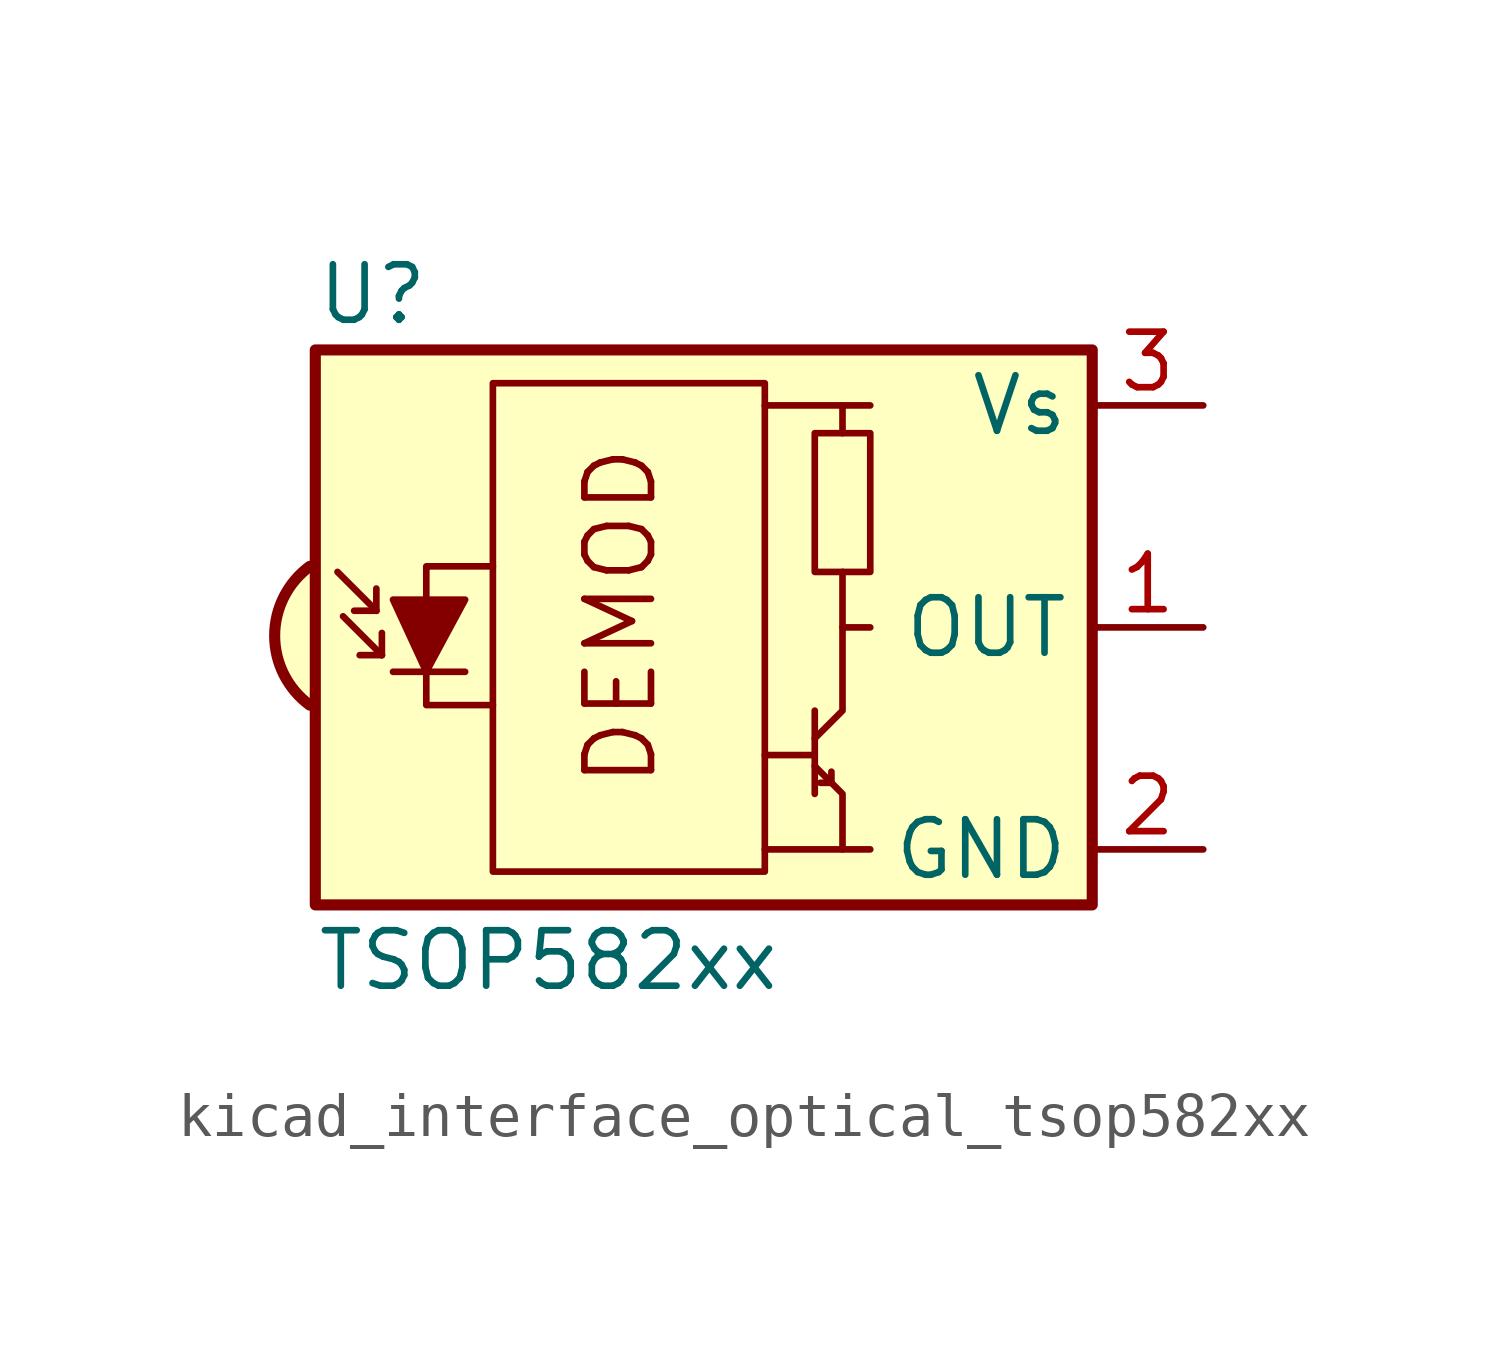
<source format=kicad_sym>
(kicad_symbol_lib
  (version 20220914)
  (generator kicad_symbol_editor)
  (symbol "kicad_interface_optical_tsop582xx"
    (property "Reference" "U"
      (at -10.16 7.62 0)
      (effects (font (size 1.27 1.27)) (justify left)))
    (property "Value" "TSOP582xx"
      (at -10.16 -7.62 0)
      (effects (font (size 1.27 1.27)) (justify left)))
    (symbol "kicad_interface_optical_tsop582xx_0_0"
      (arc (start -10.287 1.397) (mid -11.0899 -0.1852) (end -10.287 -1.778) (stroke (width 0.254) (type default)) (fill (type background)))
      (polyline (pts (xy 1.905 -5.08) (xy 0.127 -5.08)) (stroke (width 0) (type default)) (fill (type none)))
      (polyline (pts (xy 1.905 5.08) (xy 0.127 5.08)) (stroke (width 0) (type default)) (fill (type none)))
      (text "DEMOD" (at -3.175 0.254 900) (effects (font (size 1.524 1.524)))))
    (symbol "kicad_interface_optical_tsop582xx_0_1"
      (rectangle (start -6.096 5.588) (end 0.127 -5.588) (stroke (width 0) (type default)) (fill (type none)))
      (polyline (pts (xy -8.763 0.381) (xy -9.652 1.27)) (stroke (width 0) (type default)) (fill (type none)))
      (polyline (pts (xy -8.763 0.381) (xy -9.271 0.381)) (stroke (width 0) (type default)) (fill (type none)))
      (polyline (pts (xy -8.763 0.381) (xy -8.763 0.889)) (stroke (width 0) (type default)) (fill (type none)))
      (polyline (pts (xy -8.636 -0.635) (xy -9.525 0.254)) (stroke (width 0) (type default)) (fill (type none)))
      (polyline (pts (xy -8.636 -0.635) (xy -9.144 -0.635)) (stroke (width 0) (type default)) (fill (type none)))
      (polyline (pts (xy -8.636 -0.635) (xy -8.636 -0.127)) (stroke (width 0) (type default)) (fill (type none)))
      (polyline (pts (xy -8.382 -1.016) (xy -6.731 -1.016)) (stroke (width 0) (type default)) (fill (type none)))
      (polyline (pts (xy 1.27 -2.921) (xy 0.127 -2.921)) (stroke (width 0) (type default)) (fill (type none)))
      (polyline (pts (xy 1.27 -1.905) (xy 1.27 -3.81)) (stroke (width 0) (type default)) (fill (type none)))
      (polyline (pts (xy 1.397 -3.556) (xy 1.524 -3.556)) (stroke (width 0) (type default)) (fill (type none)))
      (polyline (pts (xy 1.651 -3.556) (xy 1.524 -3.556)) (stroke (width 0) (type default)) (fill (type none)))
      (polyline (pts (xy 1.651 -3.556) (xy 1.651 -3.302)) (stroke (width 0) (type default)) (fill (type none)))
      (polyline (pts (xy 1.905 0) (xy 1.905 1.27)) (stroke (width 0) (type default)) (fill (type none)))
      (polyline (pts (xy 1.905 4.445) (xy 1.905 5.08) (xy 2.54 5.08)) (stroke (width 0) (type default)) (fill (type none)))
      (polyline (pts (xy -8.382 0.635) (xy -6.731 0.635) (xy -7.62 -1.016) (xy -8.382 0.635)) (stroke (width 0) (type default)) (fill (type outline)))
      (polyline (pts (xy -6.096 1.397) (xy -7.62 1.397) (xy -7.62 -1.778) (xy -6.096 -1.778)) (stroke (width 0) (type default)) (fill (type none)))
      (polyline (pts (xy 1.27 -3.175) (xy 1.905 -3.81) (xy 1.905 -5.08) (xy 2.54 -5.08)) (stroke (width 0) (type default)) (fill (type none)))
      (polyline (pts (xy 1.27 -2.54) (xy 1.905 -1.905) (xy 1.905 0) (xy 2.54 0)) (stroke (width 0) (type default)) (fill (type none)))
      (rectangle (start 2.54 1.27) (end 1.27 4.445) (stroke (width 0) (type default)) (fill (type none)))
      (rectangle (start 7.62 6.35) (end -10.16 -6.35) (stroke (width 0.254) (type default)) (fill (type background))))
    (symbol "kicad_interface_optical_tsop582xx_1_1"
      (pin output line (at 10.16 0 180) (length 2.54) (name "OUT" (effects (font (size 1.27 1.27)))) (number "1" (effects (font (size 1.27 1.27)))))
      (pin power_in line (at 10.16 -5.08 180) (length 2.54) (name "GND" (effects (font (size 1.27 1.27)))) (number "2" (effects (font (size 1.27 1.27)))))
      (pin power_in line (at 10.16 5.08 180) (length 2.54) (name "Vs" (effects (font (size 1.27 1.27)))) (number "3" (effects (font (size 1.27 1.27))))))))
</source>
